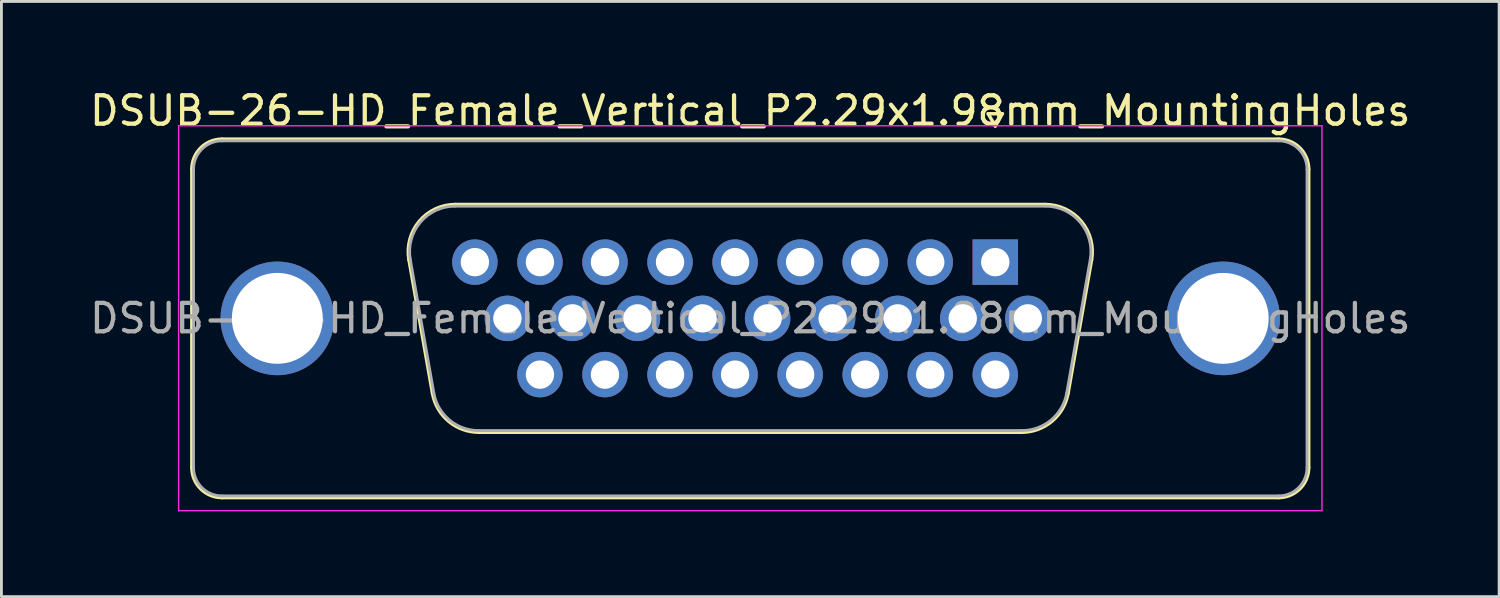
<source format=kicad_pcb>
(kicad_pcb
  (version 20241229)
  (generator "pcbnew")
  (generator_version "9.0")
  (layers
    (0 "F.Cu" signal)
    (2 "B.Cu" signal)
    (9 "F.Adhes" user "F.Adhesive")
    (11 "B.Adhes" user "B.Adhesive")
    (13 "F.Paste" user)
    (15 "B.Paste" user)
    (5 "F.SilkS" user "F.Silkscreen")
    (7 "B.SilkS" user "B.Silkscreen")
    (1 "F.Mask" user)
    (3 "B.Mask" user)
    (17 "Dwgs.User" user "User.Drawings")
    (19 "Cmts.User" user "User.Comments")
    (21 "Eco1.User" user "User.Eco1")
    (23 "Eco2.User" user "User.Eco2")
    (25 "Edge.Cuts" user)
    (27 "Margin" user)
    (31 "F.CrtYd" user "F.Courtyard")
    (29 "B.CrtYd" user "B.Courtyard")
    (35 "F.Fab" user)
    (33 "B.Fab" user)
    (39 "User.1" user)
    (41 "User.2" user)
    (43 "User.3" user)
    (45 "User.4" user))
  (footprint "DSUB-26-HD_Female_Vertical_P2.29x1.98mm_MountingHoles"
    (layer "F.Cu")
    (at 31.988 6.178)
    (property "Reference" "DSUB-26-HD_Female_Vertical_P2.29x1.98mm_MountingHoles" (at -8.625 -5.33 0) (layer "F.SilkS") (effects (font (size 1 1) (thickness 0.15))))
    (attr through_hole)
    (fp_line (start -28.285 7.23) (end -28.285 -3.27) (stroke (width 0.12) (type solid)) (layer "F.SilkS"))
    (fp_line (start -27.225 -4.33) (end 9.975 -4.33) (stroke (width 0.12) (type solid)) (layer "F.SilkS"))
    (fp_line (start -20.641 -0.082) (end -19.813 4.618) (stroke (width 0.12) (type solid)) (layer "F.SilkS"))
    (fp_line (start -19.007 -2.03) (end 1.757 -2.03) (stroke (width 0.12) (type solid)) (layer "F.SilkS"))
    (fp_line (start -18.178 5.99) (end 0.928 5.99) (stroke (width 0.12) (type solid)) (layer "F.SilkS"))
    (fp_line (start -0.25 -5.224) (end 0.25 -5.224) (stroke (width 0.12) (type solid)) (layer "F.SilkS"))
    (fp_line (start 0 -4.791) (end -0.25 -5.224) (stroke (width 0.12) (type solid)) (layer "F.SilkS"))
    (fp_line (start 0.25 -5.224) (end 0 -4.791) (stroke (width 0.12) (type solid)) (layer "F.SilkS"))
    (fp_line (start 3.391 -0.082) (end 2.563 4.618) (stroke (width 0.12) (type solid)) (layer "F.SilkS"))
    (fp_line (start 9.975 8.29) (end -27.225 8.29) (stroke (width 0.12) (type solid)) (layer "F.SilkS"))
    (fp_line (start 11.035 -3.27) (end 11.035 7.23) (stroke (width 0.12) (type solid)) (layer "F.SilkS"))
    (fp_arc (start -28.285 -3.27) (mid -27.974533 -4.019533) (end -27.225 -4.33) (stroke (width 0.12) (type solid)) (layer "F.SilkS"))
    (fp_arc (start -27.225 8.29) (mid -27.974533 7.979533) (end -28.285 7.23) (stroke (width 0.12) (type solid)) (layer "F.SilkS"))
    (fp_arc (start -20.64147 -0.081744) (mid -20.278323 -1.437028) (end -19.006689 -2.03) (stroke (width 0.12) (type solid)) (layer "F.SilkS"))
    (fp_arc (start -18.177952 5.99) (mid -19.244979 5.601634) (end -19.812733 4.618256) (stroke (width 0.12) (type solid)) (layer "F.SilkS"))
    (fp_arc (start 1.756689 -2.03) (mid 3.028323 -1.437027) (end 3.39147 -0.081744) (stroke (width 0.12) (type solid)) (layer "F.SilkS"))
    (fp_arc (start 2.562733 4.618256) (mid 1.99498 5.601634) (end 0.927952 5.99) (stroke (width 0.12) (type solid)) (layer "F.SilkS"))
    (fp_arc (start 9.975 -4.33) (mid 10.724533 -4.019533) (end 11.035 -3.27) (stroke (width 0.12) (type solid)) (layer "F.SilkS"))
    (fp_arc (start 11.035 7.23) (mid 10.724533 7.979533) (end 9.975 8.29) (stroke (width 0.12) (type solid)) (layer "F.SilkS"))
    (fp_line (start -28.75 -4.8) (end -28.75 8.75) (stroke (width 0.05) (type solid)) (layer "F.CrtYd"))
    (fp_line (start -28.75 8.75) (end 11.5 8.75) (stroke (width 0.05) (type solid)) (layer "F.CrtYd"))
    (fp_line (start 11.5 -4.8) (end -28.75 -4.8) (stroke (width 0.05) (type solid)) (layer "F.CrtYd"))
    (fp_line (start 11.5 8.75) (end 11.5 -4.8) (stroke (width 0.05) (type solid)) (layer "F.CrtYd"))
    (fp_line (start -28.225 7.23) (end -28.225 -3.27) (stroke (width 0.1) (type solid)) (layer "F.Fab"))
    (fp_line (start -27.225 -4.27) (end 9.975 -4.27) (stroke (width 0.1) (type solid)) (layer "F.Fab"))
    (fp_line (start -20.594 -0.092) (end -19.765 4.608) (stroke (width 0.1) (type solid)) (layer "F.Fab"))
    (fp_line (start -19.018 -1.97) (end 1.768 -1.97) (stroke (width 0.1) (type solid)) (layer "F.Fab"))
    (fp_line (start -18.189 5.93) (end 0.939 5.93) (stroke (width 0.1) (type solid)) (layer "F.Fab"))
    (fp_line (start 3.344 -0.092) (end 2.515 4.608) (stroke (width 0.1) (type solid)) (layer "F.Fab"))
    (fp_line (start 9.975 8.23) (end -27.225 8.23) (stroke (width 0.1) (type solid)) (layer "F.Fab"))
    (fp_line (start 10.975 -3.27) (end 10.975 7.23) (stroke (width 0.1) (type solid)) (layer "F.Fab"))
    (fp_arc (start -28.225 -3.27) (mid -27.932107 -3.977107) (end -27.225 -4.27) (stroke (width 0.1) (type solid)) (layer "F.Fab"))
    (fp_arc (start -27.225 8.23) (mid -27.932107 7.937107) (end -28.225 7.23) (stroke (width 0.1) (type solid)) (layer "F.Fab"))
    (fp_arc (start -20.593886 -0.092163) (mid -20.243865 -1.39846) (end -19.018194 -1.97) (stroke (width 0.1) (type solid)) (layer "F.Fab"))
    (fp_arc (start -18.189457 5.93) (mid -19.217917 5.555671) (end -19.765149 4.607837) (stroke (width 0.1) (type solid)) (layer "F.Fab"))
    (fp_arc (start 1.768194 -1.97) (mid 2.993865 -1.39846) (end 3.343886 -0.092163) (stroke (width 0.1) (type solid)) (layer "F.Fab"))
    (fp_arc (start 2.515149 4.607837) (mid 1.967917 5.555671) (end 0.939457 5.93) (stroke (width 0.1) (type solid)) (layer "F.Fab"))
    (fp_arc (start 9.975 -4.27) (mid 10.682107 -3.977107) (end 10.975 -3.27) (stroke (width 0.1) (type solid)) (layer "F.Fab"))
    (fp_arc (start 10.975 7.23) (mid 10.682107 7.937107) (end 9.975 8.23) (stroke (width 0.1) (type solid)) (layer "F.Fab"))
    (fp_text user "${REFERENCE}" (at -8.625 1.98 0) (layer "F.Fab") (effects (font (size 1 1) (thickness 0.15))))
    (pad "0" thru_hole circle (at -25.275 1.98) (size 4 4) (drill 3.2) (layers "*.Cu" "*.Mask"))
    (pad "0" thru_hole circle (at 8.025 1.98) (size 4 4) (drill 3.2) (layers "*.Cu" "*.Mask"))
    (pad "1" thru_hole rect (at 0 0) (size 1.6 1.6) (drill 1) (layers "*.Cu" "*.Mask"))
    (pad "2" thru_hole circle (at -2.29 0) (size 1.6 1.6) (drill 1) (layers "*.Cu" "*.Mask"))
    (pad "3" thru_hole circle (at -4.58 0) (size 1.6 1.6) (drill 1) (layers "*.Cu" "*.Mask"))
    (pad "4" thru_hole circle (at -6.87 0) (size 1.6 1.6) (drill 1) (layers "*.Cu" "*.Mask"))
    (pad "5" thru_hole circle (at -9.16 0) (size 1.6 1.6) (drill 1) (layers "*.Cu" "*.Mask"))
    (pad "6" thru_hole circle (at -11.45 0) (size 1.6 1.6) (drill 1) (layers "*.Cu" "*.Mask"))
    (pad "7" thru_hole circle (at -13.74 0) (size 1.6 1.6) (drill 1) (layers "*.Cu" "*.Mask"))
    (pad "8" thru_hole circle (at -16.03 0) (size 1.6 1.6) (drill 1) (layers "*.Cu" "*.Mask"))
    (pad "9" thru_hole circle (at -18.32 0) (size 1.6 1.6) (drill 1) (layers "*.Cu" "*.Mask"))
    (pad "10" thru_hole circle (at 1.145 1.98) (size 1.6 1.6) (drill 1) (layers "*.Cu" "*.Mask"))
    (pad "11" thru_hole circle (at -1.145 1.98) (size 1.6 1.6) (drill 1) (layers "*.Cu" "*.Mask"))
    (pad "12" thru_hole circle (at -3.435 1.98) (size 1.6 1.6) (drill 1) (layers "*.Cu" "*.Mask"))
    (pad "13" thru_hole circle (at -5.725 1.98) (size 1.6 1.6) (drill 1) (layers "*.Cu" "*.Mask"))
    (pad "14" thru_hole circle (at -8.015 1.98) (size 1.6 1.6) (drill 1) (layers "*.Cu" "*.Mask"))
    (pad "15" thru_hole circle (at -10.305 1.98) (size 1.6 1.6) (drill 1) (layers "*.Cu" "*.Mask"))
    (pad "16" thru_hole circle (at -12.595 1.98) (size 1.6 1.6) (drill 1) (layers "*.Cu" "*.Mask"))
    (pad "17" thru_hole circle (at -14.885 1.98) (size 1.6 1.6) (drill 1) (layers "*.Cu" "*.Mask"))
    (pad "18" thru_hole circle (at -17.175 1.98) (size 1.6 1.6) (drill 1) (layers "*.Cu" "*.Mask"))
    (pad "19" thru_hole circle (at 0 3.96) (size 1.6 1.6) (drill 1) (layers "*.Cu" "*.Mask"))
    (pad "20" thru_hole circle (at -2.29 3.96) (size 1.6 1.6) (drill 1) (layers "*.Cu" "*.Mask"))
    (pad "21" thru_hole circle (at -4.58 3.96) (size 1.6 1.6) (drill 1) (layers "*.Cu" "*.Mask"))
    (pad "22" thru_hole circle (at -6.87 3.96) (size 1.6 1.6) (drill 1) (layers "*.Cu" "*.Mask"))
    (pad "23" thru_hole circle (at -9.16 3.96) (size 1.6 1.6) (drill 1) (layers "*.Cu" "*.Mask"))
    (pad "24" thru_hole circle (at -11.45 3.96) (size 1.6 1.6) (drill 1) (layers "*.Cu" "*.Mask"))
    (pad "25" thru_hole circle (at -13.74 3.96) (size 1.6 1.6) (drill 1) (layers "*.Cu" "*.Mask"))
    (pad "26" thru_hole circle (at -16.03 3.96) (size 1.6 1.6) (drill 1) (layers "*.Cu" "*.Mask")))
  (gr_rect
    (start -3 -3)
    (end 49.726 17.953)
    (stroke (width 0.1) (type default))
    (fill no)
    (layer "Edge.Cuts")))
</source>
